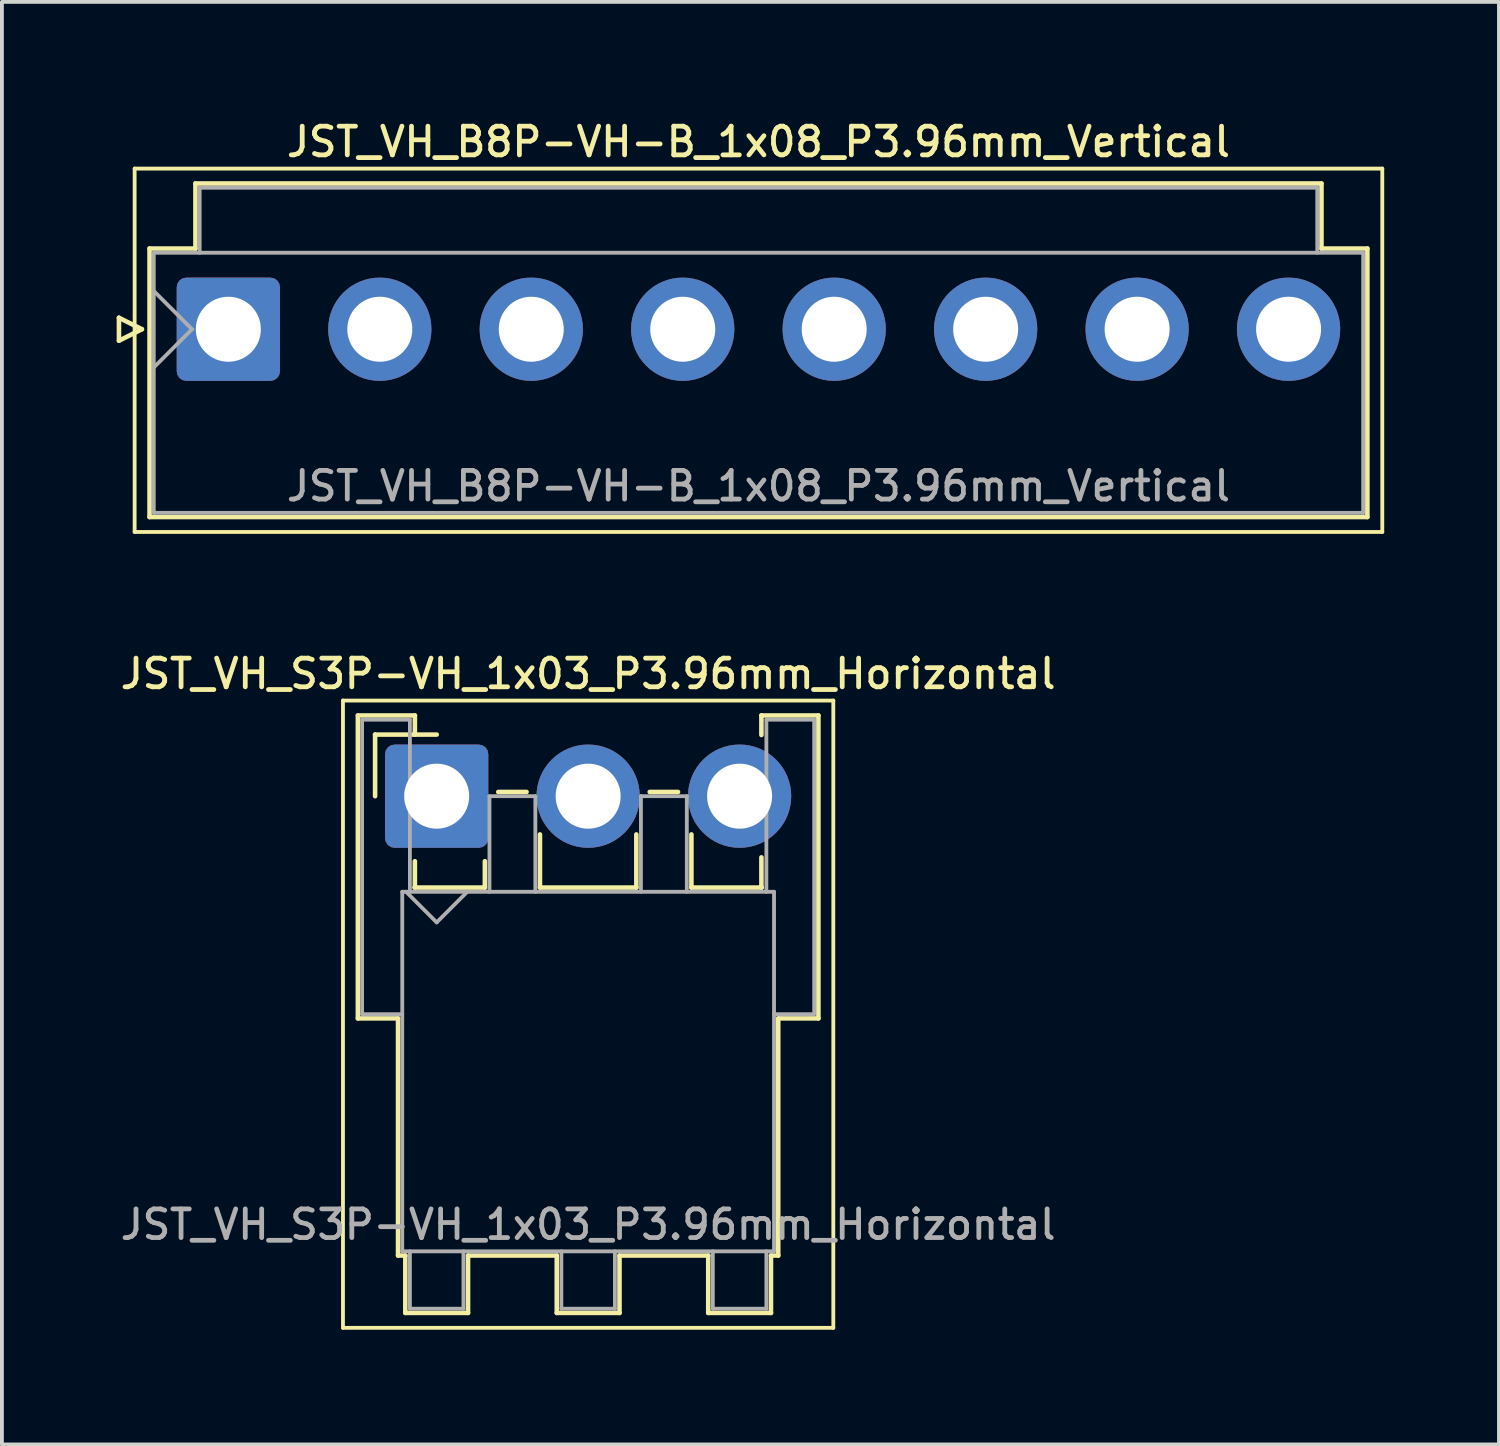
<source format=kicad_pcb>
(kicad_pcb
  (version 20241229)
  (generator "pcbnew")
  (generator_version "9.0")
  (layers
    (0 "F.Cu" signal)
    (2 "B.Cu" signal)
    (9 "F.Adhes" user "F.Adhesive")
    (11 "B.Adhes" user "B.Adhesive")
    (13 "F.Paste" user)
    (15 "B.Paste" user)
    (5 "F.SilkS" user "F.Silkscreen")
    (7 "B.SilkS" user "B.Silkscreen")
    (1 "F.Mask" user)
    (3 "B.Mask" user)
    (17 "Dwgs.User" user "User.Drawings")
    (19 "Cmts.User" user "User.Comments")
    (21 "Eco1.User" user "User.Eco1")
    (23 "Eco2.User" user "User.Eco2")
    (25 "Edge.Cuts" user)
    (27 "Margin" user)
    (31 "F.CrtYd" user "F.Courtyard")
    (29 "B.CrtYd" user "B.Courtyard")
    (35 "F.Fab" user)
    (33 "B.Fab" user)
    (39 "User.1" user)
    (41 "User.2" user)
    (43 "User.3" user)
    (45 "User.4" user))
  (footprint "JST_VH_S3P-VH_1x03_P3.96mm_Horizontal"
    (layer "F.Cu")
    (at 8.367 17.766)
    (property "Reference" "JST_VH_S3P-VH_1x03_P3.96mm_Horizontal" (at 3.96 -3.2 0) (layer "F.SilkS") (effects (font (size 0.75 0.75) (thickness 0.125))))
    (attr through_hole)
    (fp_line (start -2.45 -2.5) (end -2.45 13.9) (stroke (width 0.1) (type solid)) (layer "F.SilkS"))
    (fp_line (start -2.45 13.9) (end 10.37 13.9) (stroke (width 0.1) (type solid)) (layer "F.SilkS"))
    (fp_line (start -2.06 -2.11) (end -0.57 -2.11) (stroke (width 0.12) (type solid)) (layer "F.SilkS"))
    (fp_line (start -2.06 5.81) (end -2.06 -2.11) (stroke (width 0.12) (type solid)) (layer "F.SilkS"))
    (fp_line (start -1.61 -1.61) (end -1.61 0) (stroke (width 0.12) (type solid)) (layer "F.SilkS"))
    (fp_line (start -1.01 5.81) (end -2.06 5.81) (stroke (width 0.12) (type solid)) (layer "F.SilkS"))
    (fp_line (start -1.01 5.81) (end -1.01 12.01) (stroke (width 0.12) (type solid)) (layer "F.SilkS"))
    (fp_line (start -1.01 12.01) (end -0.82 12.01) (stroke (width 0.12) (type solid)) (layer "F.SilkS"))
    (fp_line (start -0.82 12.01) (end -0.82 13.51) (stroke (width 0.12) (type solid)) (layer "F.SilkS"))
    (fp_line (start -0.82 13.51) (end 0.82 13.51) (stroke (width 0.12) (type solid)) (layer "F.SilkS"))
    (fp_line (start -0.58 2.39) (end 1.26 2.39) (stroke (width 0.12) (type solid)) (layer "F.SilkS"))
    (fp_line (start -0.57 -2.11) (end -0.57 -1.61) (stroke (width 0.12) (type solid)) (layer "F.SilkS"))
    (fp_line (start -0.57 1.7) (end -0.57 2.39) (stroke (width 0.12) (type solid)) (layer "F.SilkS"))
    (fp_line (start 0 -1.61) (end -1.61 -1.61) (stroke (width 0.12) (type solid)) (layer "F.SilkS"))
    (fp_line (start 0.82 12.01) (end 3.14 12.01) (stroke (width 0.12) (type solid)) (layer "F.SilkS"))
    (fp_line (start 0.82 13.51) (end 0.82 12.01) (stroke (width 0.12) (type solid)) (layer "F.SilkS"))
    (fp_line (start 1.26 2.39) (end 1.26 1.7) (stroke (width 0.12) (type solid)) (layer "F.SilkS"))
    (fp_line (start 1.61 -0.11) (end 2.35 -0.11) (stroke (width 0.12) (type solid)) (layer "F.SilkS"))
    (fp_line (start 2.7 1) (end 2.7 2.39) (stroke (width 0.12) (type solid)) (layer "F.SilkS"))
    (fp_line (start 2.7 2.39) (end 5.22 2.39) (stroke (width 0.12) (type solid)) (layer "F.SilkS"))
    (fp_line (start 3.14 12.01) (end 3.14 13.51) (stroke (width 0.12) (type solid)) (layer "F.SilkS"))
    (fp_line (start 3.14 13.51) (end 4.78 13.51) (stroke (width 0.12) (type solid)) (layer "F.SilkS"))
    (fp_line (start 4.78 12.01) (end 7.1 12.01) (stroke (width 0.12) (type solid)) (layer "F.SilkS"))
    (fp_line (start 4.78 13.51) (end 4.78 12.01) (stroke (width 0.12) (type solid)) (layer "F.SilkS"))
    (fp_line (start 5.22 2.39) (end 5.22 1) (stroke (width 0.12) (type solid)) (layer "F.SilkS"))
    (fp_line (start 5.57 -0.11) (end 6.31 -0.11) (stroke (width 0.12) (type solid)) (layer "F.SilkS"))
    (fp_line (start 6.66 1) (end 6.66 2.39) (stroke (width 0.12) (type solid)) (layer "F.SilkS"))
    (fp_line (start 6.66 2.39) (end 8.5 2.39) (stroke (width 0.12) (type solid)) (layer "F.SilkS"))
    (fp_line (start 7.1 12.01) (end 7.1 13.51) (stroke (width 0.12) (type solid)) (layer "F.SilkS"))
    (fp_line (start 7.1 13.51) (end 8.74 13.51) (stroke (width 0.12) (type solid)) (layer "F.SilkS"))
    (fp_line (start 8.49 -2.11) (end 9.98 -2.11) (stroke (width 0.12) (type solid)) (layer "F.SilkS"))
    (fp_line (start 8.49 -1.6) (end 8.49 -2.11) (stroke (width 0.12) (type solid)) (layer "F.SilkS"))
    (fp_line (start 8.49 2.39) (end 8.49 1.6) (stroke (width 0.12) (type solid)) (layer "F.SilkS"))
    (fp_line (start 8.74 12.01) (end 8.93 12.01) (stroke (width 0.12) (type solid)) (layer "F.SilkS"))
    (fp_line (start 8.74 13.51) (end 8.74 12.01) (stroke (width 0.12) (type solid)) (layer "F.SilkS"))
    (fp_line (start 8.93 12.01) (end 8.93 5.81) (stroke (width 0.12) (type solid)) (layer "F.SilkS"))
    (fp_line (start 9.98 -2.11) (end 9.98 5.81) (stroke (width 0.12) (type solid)) (layer "F.SilkS"))
    (fp_line (start 9.98 5.81) (end 8.93 5.81) (stroke (width 0.12) (type solid)) (layer "F.SilkS"))
    (fp_line (start 10.37 -2.5) (end -2.45 -2.5) (stroke (width 0.1) (type solid)) (layer "F.SilkS"))
    (fp_line (start 10.37 13.9) (end 10.37 -2.5) (stroke (width 0.1) (type solid)) (layer "F.SilkS"))
    (fp_line (start -1.95 -2) (end -0.7 -2) (stroke (width 0.1) (type solid)) (layer "F.Fab"))
    (fp_line (start -1.95 5.7) (end -1.95 -2) (stroke (width 0.1) (type solid)) (layer "F.Fab"))
    (fp_line (start -0.9 2.5) (end -0.9 11.9) (stroke (width 0.1) (type solid)) (layer "F.Fab"))
    (fp_line (start -0.9 5.7) (end -1.95 5.7) (stroke (width 0.1) (type solid)) (layer "F.Fab"))
    (fp_line (start -0.9 11.9) (end 8.82 11.9) (stroke (width 0.1) (type solid)) (layer "F.Fab"))
    (fp_line (start -0.8 2.5) (end 0 3.3) (stroke (width 0.1) (type solid)) (layer "F.Fab"))
    (fp_line (start -0.7 -2) (end -0.7 2.5) (stroke (width 0.1) (type solid)) (layer "F.Fab"))
    (fp_line (start -0.7 11.9) (end -0.7 13.4) (stroke (width 0.1) (type solid)) (layer "F.Fab"))
    (fp_line (start -0.7 13.4) (end 0.7 13.4) (stroke (width 0.1) (type solid)) (layer "F.Fab"))
    (fp_line (start 0 3.3) (end 0.8 2.5) (stroke (width 0.1) (type solid)) (layer "F.Fab"))
    (fp_line (start 0.7 13.4) (end 0.7 11.9) (stroke (width 0.1) (type solid)) (layer "F.Fab"))
    (fp_line (start 1.38 0) (end 2.58 0) (stroke (width 0.1) (type solid)) (layer "F.Fab"))
    (fp_line (start 1.38 2.5) (end 1.38 0) (stroke (width 0.1) (type solid)) (layer "F.Fab"))
    (fp_line (start 2.58 0) (end 2.58 2.5) (stroke (width 0.1) (type solid)) (layer "F.Fab"))
    (fp_line (start 3.26 11.9) (end 3.26 13.4) (stroke (width 0.1) (type solid)) (layer "F.Fab"))
    (fp_line (start 3.26 13.4) (end 4.66 13.4) (stroke (width 0.1) (type solid)) (layer "F.Fab"))
    (fp_line (start 4.66 13.4) (end 4.66 11.9) (stroke (width 0.1) (type solid)) (layer "F.Fab"))
    (fp_line (start 5.34 0) (end 6.54 0) (stroke (width 0.1) (type solid)) (layer "F.Fab"))
    (fp_line (start 5.34 2.5) (end 5.34 0) (stroke (width 0.1) (type solid)) (layer "F.Fab"))
    (fp_line (start 6.54 0) (end 6.54 2.5) (stroke (width 0.1) (type solid)) (layer "F.Fab"))
    (fp_line (start 7.22 11.9) (end 7.22 13.4) (stroke (width 0.1) (type solid)) (layer "F.Fab"))
    (fp_line (start 7.22 13.4) (end 8.62 13.4) (stroke (width 0.1) (type solid)) (layer "F.Fab"))
    (fp_line (start 8.62 -2) (end 9.87 -2) (stroke (width 0.1) (type solid)) (layer "F.Fab"))
    (fp_line (start 8.62 2.5) (end 8.62 -2) (stroke (width 0.1) (type solid)) (layer "F.Fab"))
    (fp_line (start 8.62 13.4) (end 8.62 11.9) (stroke (width 0.1) (type solid)) (layer "F.Fab"))
    (fp_line (start 8.82 2.5) (end -0.9 2.5) (stroke (width 0.1) (type solid)) (layer "F.Fab"))
    (fp_line (start 8.82 11.9) (end 8.82 2.5) (stroke (width 0.1) (type solid)) (layer "F.Fab"))
    (fp_line (start 9.87 -2) (end 9.87 5.7) (stroke (width 0.1) (type solid)) (layer "F.Fab"))
    (fp_line (start 9.87 5.7) (end 8.82 5.7) (stroke (width 0.1) (type solid)) (layer "F.Fab"))
    (fp_text user "${REFERENCE}" (at 3.96 11.2 0) (layer "F.Fab") (effects (font (size 0.75 0.75) (thickness 0.125))))
    (pad "1" thru_hole roundrect (at 0 0) (size 2.7 2.7) (drill 1.7) (layers "*.Cu" "*.Mask") (roundrect_rratio 0.093))
    (pad "2" thru_hole circle (at 3.96 0) (size 2.7 2.7) (drill 1.7) (layers "*.Cu" "*.Mask"))
    (pad "3" thru_hole circle (at 7.92 0) (size 2.7 2.7) (drill 1.7) (layers "*.Cu" "*.Mask")))
  (footprint "JST_VH_B8P-VH-B_1x08_P3.96mm_Vertical"
    (layer "F.Cu")
    (at 2.92 5.558)
    (property "Reference" "JST_VH_B8P-VH-B_1x08_P3.96mm_Vertical" (at 13.86 -4.9 0) (layer "F.SilkS") (effects (font (size 0.75 0.75) (thickness 0.125))))
    (attr through_hole)
    (fp_line (start -2.86 -0.3) (end -2.26 0) (stroke (width 0.12) (type solid)) (layer "F.SilkS"))
    (fp_line (start -2.86 0.3) (end -2.86 -0.3) (stroke (width 0.12) (type solid)) (layer "F.SilkS"))
    (fp_line (start -2.45 -4.2) (end -2.45 5.3) (stroke (width 0.1) (type solid)) (layer "F.SilkS"))
    (fp_line (start -2.45 5.3) (end 30.17 5.3) (stroke (width 0.1) (type solid)) (layer "F.SilkS"))
    (fp_line (start -2.26 0) (end -2.86 0.3) (stroke (width 0.12) (type solid)) (layer "F.SilkS"))
    (fp_line (start -2.06 -2.11) (end -0.86 -2.11) (stroke (width 0.12) (type solid)) (layer "F.SilkS"))
    (fp_line (start -2.06 4.91) (end -2.06 -2.11) (stroke (width 0.12) (type solid)) (layer "F.SilkS"))
    (fp_line (start -0.86 -3.81) (end 28.58 -3.81) (stroke (width 0.12) (type solid)) (layer "F.SilkS"))
    (fp_line (start -0.86 -2.11) (end -0.86 -3.81) (stroke (width 0.12) (type solid)) (layer "F.SilkS"))
    (fp_line (start 28.58 -3.81) (end 28.58 -2.11) (stroke (width 0.12) (type solid)) (layer "F.SilkS"))
    (fp_line (start 28.58 -2.11) (end 29.78 -2.11) (stroke (width 0.12) (type solid)) (layer "F.SilkS"))
    (fp_line (start 29.78 -2.11) (end 29.78 4.91) (stroke (width 0.12) (type solid)) (layer "F.SilkS"))
    (fp_line (start 29.78 4.91) (end -2.06 4.91) (stroke (width 0.12) (type solid)) (layer "F.SilkS"))
    (fp_line (start 30.17 -4.2) (end -2.45 -4.2) (stroke (width 0.1) (type solid)) (layer "F.SilkS"))
    (fp_line (start 30.17 5.3) (end 30.17 -4.2) (stroke (width 0.1) (type solid)) (layer "F.SilkS"))
    (fp_line (start -1.95 -2) (end -1.95 4.8) (stroke (width 0.1) (type solid)) (layer "F.Fab"))
    (fp_line (start -1.95 -1) (end -0.95 0) (stroke (width 0.1) (type solid)) (layer "F.Fab"))
    (fp_line (start -1.95 1) (end -0.95 0) (stroke (width 0.1) (type solid)) (layer "F.Fab"))
    (fp_line (start -1.95 4.8) (end 29.67 4.8) (stroke (width 0.1) (type solid)) (layer "F.Fab"))
    (fp_line (start -0.75 -3.7) (end 28.47 -3.7) (stroke (width 0.1) (type solid)) (layer "F.Fab"))
    (fp_line (start -0.75 -2) (end -0.75 -3.7) (stroke (width 0.1) (type solid)) (layer "F.Fab"))
    (fp_line (start 28.47 -3.7) (end 28.47 -2) (stroke (width 0.1) (type solid)) (layer "F.Fab"))
    (fp_line (start 29.67 -2) (end -1.95 -2) (stroke (width 0.1) (type solid)) (layer "F.Fab"))
    (fp_line (start 29.67 4.8) (end 29.67 -2) (stroke (width 0.1) (type solid)) (layer "F.Fab"))
    (fp_text user "${REFERENCE}" (at 13.86 4.1 0) (layer "F.Fab") (effects (font (size 0.75 0.75) (thickness 0.125))))
    (pad "1" thru_hole roundrect (at 0 0) (size 2.7 2.7) (drill 1.7) (layers "*.Cu" "*.Mask") (roundrect_rratio 0.093))
    (pad "2" thru_hole circle (at 3.96 0) (size 2.7 2.7) (drill 1.7) (layers "*.Cu" "*.Mask"))
    (pad "3" thru_hole circle (at 7.92 0) (size 2.7 2.7) (drill 1.7) (layers "*.Cu" "*.Mask"))
    (pad "4" thru_hole circle (at 11.88 0) (size 2.7 2.7) (drill 1.7) (layers "*.Cu" "*.Mask"))
    (pad "5" thru_hole circle (at 15.84 0) (size 2.7 2.7) (drill 1.7) (layers "*.Cu" "*.Mask"))
    (pad "6" thru_hole circle (at 19.8 0) (size 2.7 2.7) (drill 1.7) (layers "*.Cu" "*.Mask"))
    (pad "7" thru_hole circle (at 23.76 0) (size 2.7 2.7) (drill 1.7) (layers "*.Cu" "*.Mask"))
    (pad "8" thru_hole circle (at 27.72 0) (size 2.7 2.7) (drill 1.7) (layers "*.Cu" "*.Mask")))
  (gr_rect
    (start -3 -3)
    (end 36.14 34.716)
    (stroke (width 0.1) (type default))
    (fill no)
    (layer "Edge.Cuts")))
</source>
